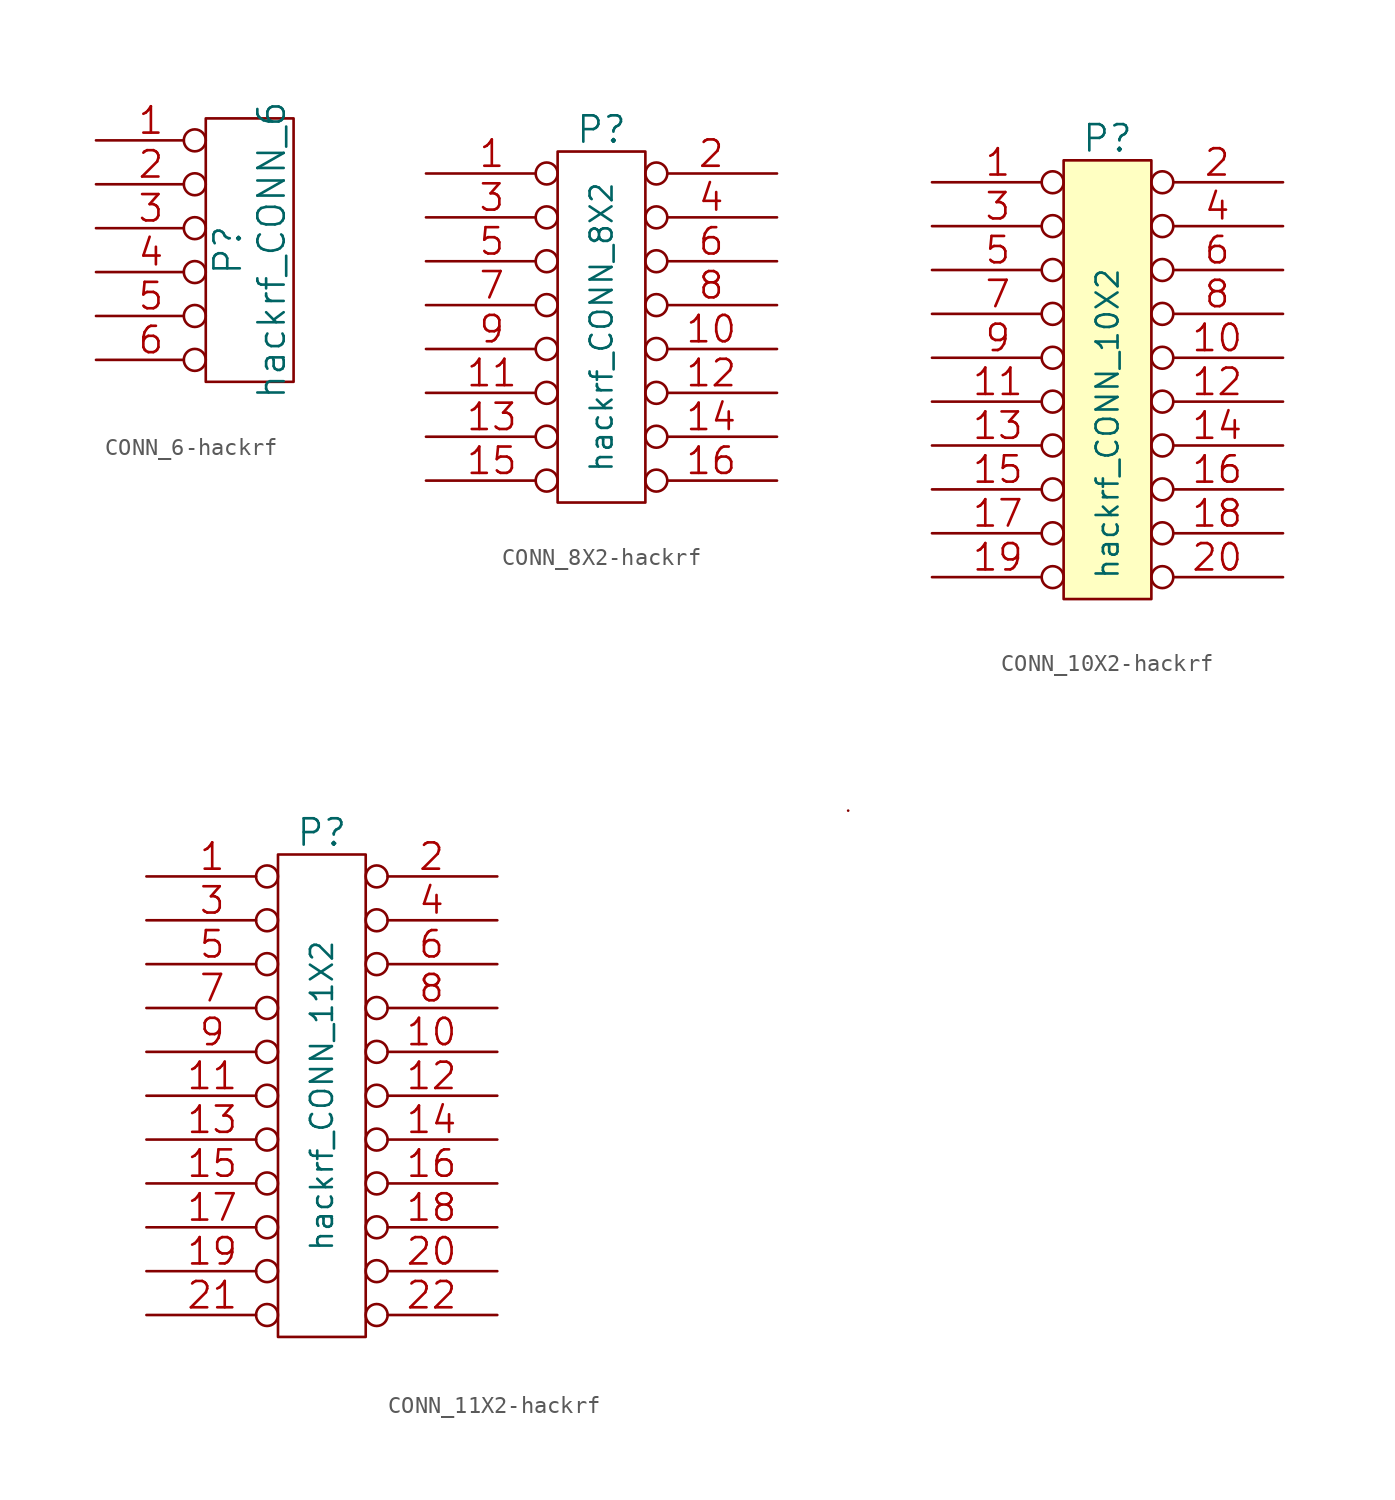
<source format=kicad_sym>
(kicad_symbol_lib
  (version 20231120)
  (generator "kicad_symbol_editor")
  (generator_version "8.0")
  (symbol "CONN_6-hackrf"
    (pin_names
      (offset 0.762) hide)
    (property "Reference" "P"
      (at -1.27 0 90)
      (effects (font (size 1.524 1.524))))
    (property "Value" "hackrf_CONN_6"
      (at 1.27 0 90)
      (effects (font (size 1.524 1.524))))
    (property "Footprint" ""
      (at 0 0 0)
      (effects (font (size 1.524 1.524))))
    (property "Datasheet" ""
      (at 0 0 0)
      (effects (font (size 1.524 1.524))))
    (symbol "CONN_6-hackrf_0_1"
      (rectangle (start -2.54 7.62) (end 2.54 -7.62) (stroke (width 0) (type solid)) (fill (type none))))
    (symbol "CONN_6-hackrf_1_1"
      (pin passive inverted (at -8.89 6.35 0) (length 6.35) (name "1" (effects (font (size 1.524 1.524)))) (number "1" (effects (font (size 1.524 1.524)))))
      (pin passive inverted (at -8.89 3.81 0) (length 6.35) (name "2" (effects (font (size 1.524 1.524)))) (number "2" (effects (font (size 1.524 1.524)))))
      (pin passive inverted (at -8.89 1.27 0) (length 6.35) (name "3" (effects (font (size 1.524 1.524)))) (number "3" (effects (font (size 1.524 1.524)))))
      (pin passive inverted (at -8.89 -1.27 0) (length 6.35) (name "4" (effects (font (size 1.524 1.524)))) (number "4" (effects (font (size 1.524 1.524)))))
      (pin passive inverted (at -8.89 -3.81 0) (length 6.35) (name "5" (effects (font (size 1.524 1.524)))) (number "5" (effects (font (size 1.524 1.524)))))
      (pin passive inverted (at -8.89 -6.35 0) (length 6.35) (name "6" (effects (font (size 1.524 1.524)))) (number "6" (effects (font (size 1.524 1.524)))))))
  (symbol "CONN_8X2-hackrf"
    (pin_names
      (offset 1.016))
    (property "Reference" "P"
      (at 0 11.43 0)
      (effects (font (size 1.524 1.524))))
    (property "Value" "hackrf_CONN_8X2"
      (at 0 0 90)
      (effects (font (size 1.27 1.27))))
    (property "Footprint" ""
      (at 0 0 0)
      (effects (font (size 1.524 1.524))))
    (property "Datasheet" ""
      (at 0 0 0)
      (effects (font (size 1.524 1.524))))
    (symbol "CONN_8X2-hackrf_0_1"
      (rectangle (start -2.54 10.16) (end 2.54 -10.16) (stroke (width 0) (type solid)) (fill (type none))))
    (symbol "CONN_8X2-hackrf_1_1"
      (pin passive inverted (at -10.16 8.89 0) (length 7.62) (name "~" (effects (font (size 1.524 1.524)))) (number "1" (effects (font (size 1.524 1.524)))))
      (pin passive inverted (at 10.16 -1.27 180) (length 7.62) (name "~" (effects (font (size 1.524 1.524)))) (number "10" (effects (font (size 1.524 1.524)))))
      (pin passive inverted (at -10.16 -3.81 0) (length 7.62) (name "~" (effects (font (size 1.524 1.524)))) (number "11" (effects (font (size 1.524 1.524)))))
      (pin passive inverted (at 10.16 -3.81 180) (length 7.62) (name "~" (effects (font (size 1.524 1.524)))) (number "12" (effects (font (size 1.524 1.524)))))
      (pin passive inverted (at -10.16 -6.35 0) (length 7.62) (name "~" (effects (font (size 1.524 1.524)))) (number "13" (effects (font (size 1.524 1.524)))))
      (pin passive inverted (at 10.16 -6.35 180) (length 7.62) (name "~" (effects (font (size 1.524 1.524)))) (number "14" (effects (font (size 1.524 1.524)))))
      (pin passive inverted (at -10.16 -8.89 0) (length 7.62) (name "~" (effects (font (size 1.524 1.524)))) (number "15" (effects (font (size 1.524 1.524)))))
      (pin passive inverted (at 10.16 -8.89 180) (length 7.62) (name "~" (effects (font (size 1.524 1.524)))) (number "16" (effects (font (size 1.524 1.524)))))
      (pin passive inverted (at 10.16 8.89 180) (length 7.62) (name "~" (effects (font (size 1.524 1.524)))) (number "2" (effects (font (size 1.524 1.524)))))
      (pin passive inverted (at -10.16 6.35 0) (length 7.62) (name "~" (effects (font (size 1.524 1.524)))) (number "3" (effects (font (size 1.524 1.524)))))
      (pin passive inverted (at 10.16 6.35 180) (length 7.62) (name "~" (effects (font (size 1.524 1.524)))) (number "4" (effects (font (size 1.524 1.524)))))
      (pin passive inverted (at -10.16 3.81 0) (length 7.62) (name "~" (effects (font (size 1.524 1.524)))) (number "5" (effects (font (size 1.524 1.524)))))
      (pin passive inverted (at 10.16 3.81 180) (length 7.62) (name "~" (effects (font (size 1.524 1.524)))) (number "6" (effects (font (size 1.524 1.524)))))
      (pin passive inverted (at -10.16 1.27 0) (length 7.62) (name "~" (effects (font (size 1.524 1.524)))) (number "7" (effects (font (size 1.524 1.524)))))
      (pin passive inverted (at 10.16 1.27 180) (length 7.62) (name "~" (effects (font (size 1.524 1.524)))) (number "8" (effects (font (size 1.524 1.524)))))
      (pin passive inverted (at -10.16 -1.27 0) (length 7.62) (name "~" (effects (font (size 1.524 1.524)))) (number "9" (effects (font (size 1.524 1.524)))))))
  (symbol "CONN_10X2-hackrf"
    (pin_names
      (offset 0.254) hide)
    (property "Reference" "P"
      (at 0 13.97 0)
      (effects (font (size 1.524 1.524))))
    (property "Value" "hackrf_CONN_10X2"
      (at 0 -2.54 90)
      (effects (font (size 1.27 1.27))))
    (property "Footprint" ""
      (at 0 0 0)
      (effects (font (size 1.524 1.524))))
    (property "Datasheet" ""
      (at 0 0 0)
      (effects (font (size 1.524 1.524))))
    (symbol "CONN_10X2-hackrf_0_1"
      (rectangle (start -2.54 12.7) (end 2.54 -12.7) (stroke (width 0) (type solid)) (fill (type background))))
    (symbol "CONN_10X2-hackrf_1_1"
      (pin passive inverted (at -10.16 11.43 0) (length 7.62) (name "P1" (effects (font (size 0.762 0.762)))) (number "1" (effects (font (size 1.524 1.524)))))
      (pin passive inverted (at 10.16 1.27 180) (length 7.62) (name "P10" (effects (font (size 0.762 0.762)))) (number "10" (effects (font (size 1.524 1.524)))))
      (pin passive inverted (at -10.16 -1.27 0) (length 7.62) (name "P11" (effects (font (size 0.762 0.762)))) (number "11" (effects (font (size 1.524 1.524)))))
      (pin passive inverted (at 10.16 -1.27 180) (length 7.62) (name "P12" (effects (font (size 0.762 0.762)))) (number "12" (effects (font (size 1.524 1.524)))))
      (pin passive inverted (at -10.16 -3.81 0) (length 7.62) (name "P13" (effects (font (size 0.762 0.762)))) (number "13" (effects (font (size 1.524 1.524)))))
      (pin passive inverted (at 10.16 -3.81 180) (length 7.62) (name "P14" (effects (font (size 0.762 0.762)))) (number "14" (effects (font (size 1.524 1.524)))))
      (pin passive inverted (at -10.16 -6.35 0) (length 7.62) (name "P15" (effects (font (size 0.762 0.762)))) (number "15" (effects (font (size 1.524 1.524)))))
      (pin passive inverted (at 10.16 -6.35 180) (length 7.62) (name "P16" (effects (font (size 0.762 0.762)))) (number "16" (effects (font (size 1.524 1.524)))))
      (pin passive inverted (at -10.16 -8.89 0) (length 7.62) (name "P17" (effects (font (size 0.762 0.762)))) (number "17" (effects (font (size 1.524 1.524)))))
      (pin passive inverted (at 10.16 -8.89 180) (length 7.62) (name "P18" (effects (font (size 0.762 0.762)))) (number "18" (effects (font (size 1.524 1.524)))))
      (pin passive inverted (at -10.16 -11.43 0) (length 7.62) (name "P19" (effects (font (size 0.762 0.762)))) (number "19" (effects (font (size 1.524 1.524)))))
      (pin passive inverted (at 10.16 11.43 180) (length 7.62) (name "P2" (effects (font (size 0.762 0.762)))) (number "2" (effects (font (size 1.524 1.524)))))
      (pin passive inverted (at 10.16 -11.43 180) (length 7.62) (name "P20" (effects (font (size 0.762 0.762)))) (number "20" (effects (font (size 1.524 1.524)))))
      (pin passive inverted (at -10.16 8.89 0) (length 7.62) (name "P3" (effects (font (size 0.762 0.762)))) (number "3" (effects (font (size 1.524 1.524)))))
      (pin passive inverted (at 10.16 8.89 180) (length 7.62) (name "P4" (effects (font (size 0.762 0.762)))) (number "4" (effects (font (size 1.524 1.524)))))
      (pin passive inverted (at -10.16 6.35 0) (length 7.62) (name "P5" (effects (font (size 0.762 0.762)))) (number "5" (effects (font (size 1.524 1.524)))))
      (pin passive inverted (at 10.16 6.35 180) (length 7.62) (name "P6" (effects (font (size 0.762 0.762)))) (number "6" (effects (font (size 1.524 1.524)))))
      (pin passive inverted (at -10.16 3.81 0) (length 7.62) (name "P7" (effects (font (size 0.762 0.762)))) (number "7" (effects (font (size 1.524 1.524)))))
      (pin passive inverted (at 10.16 3.81 180) (length 7.62) (name "P8" (effects (font (size 0.762 0.762)))) (number "8" (effects (font (size 1.524 1.524)))))
      (pin passive inverted (at -10.16 1.27 0) (length 7.62) (name "P9" (effects (font (size 0.762 0.762)))) (number "9" (effects (font (size 1.524 1.524)))))))
  (symbol "CONN_11X2-hackrf"
    (pin_names
      (offset 0.254) hide)
    (property "Reference" "P"
      (at 0 15.24 0)
      (effects (font (size 1.524 1.524))))
    (property "Value" "hackrf_CONN_11X2"
      (at 0 0 90)
      (effects (font (size 1.27 1.27))))
    (property "Footprint" ""
      (at 0 -6.35 0)
      (effects (font (size 1.524 1.524))))
    (property "Datasheet" ""
      (at 0 -6.35 0)
      (effects (font (size 1.524 1.524))))
    (symbol "CONN_11X2-hackrf_0_1"
      (rectangle (start -2.54 13.97) (end 2.54 -13.97) (stroke (width 0) (type solid)) (fill (type none)))
      (rectangle (start 30.48 16.51) (end 30.48 16.51) (stroke (width 0) (type solid)) (fill (type none))))
    (symbol "CONN_11X2-hackrf_1_1"
      (pin passive inverted (at -10.16 12.7 0) (length 7.62) (name "P1" (effects (font (size 0.762 0.762)))) (number "1" (effects (font (size 1.524 1.524)))))
      (pin passive inverted (at 10.16 2.54 180) (length 7.62) (name "P10" (effects (font (size 0.762 0.762)))) (number "10" (effects (font (size 1.524 1.524)))))
      (pin passive inverted (at -10.16 0 0) (length 7.62) (name "P11" (effects (font (size 0.762 0.762)))) (number "11" (effects (font (size 1.524 1.524)))))
      (pin passive inverted (at 10.16 0 180) (length 7.62) (name "P12" (effects (font (size 0.762 0.762)))) (number "12" (effects (font (size 1.524 1.524)))))
      (pin passive inverted (at -10.16 -2.54 0) (length 7.62) (name "P13" (effects (font (size 0.762 0.762)))) (number "13" (effects (font (size 1.524 1.524)))))
      (pin passive inverted (at 10.16 -2.54 180) (length 7.62) (name "P14" (effects (font (size 0.762 0.762)))) (number "14" (effects (font (size 1.524 1.524)))))
      (pin passive inverted (at -10.16 -5.08 0) (length 7.62) (name "P15" (effects (font (size 0.762 0.762)))) (number "15" (effects (font (size 1.524 1.524)))))
      (pin passive inverted (at 10.16 -5.08 180) (length 7.62) (name "P16" (effects (font (size 0.762 0.762)))) (number "16" (effects (font (size 1.524 1.524)))))
      (pin passive inverted (at -10.16 -7.62 0) (length 7.62) (name "P17" (effects (font (size 0.762 0.762)))) (number "17" (effects (font (size 1.524 1.524)))))
      (pin passive inverted (at 10.16 -7.62 180) (length 7.62) (name "P18" (effects (font (size 0.762 0.762)))) (number "18" (effects (font (size 1.524 1.524)))))
      (pin passive inverted (at -10.16 -10.16 0) (length 7.62) (name "P19" (effects (font (size 0.762 0.762)))) (number "19" (effects (font (size 1.524 1.524)))))
      (pin passive inverted (at 10.16 12.7 180) (length 7.62) (name "P2" (effects (font (size 0.762 0.762)))) (number "2" (effects (font (size 1.524 1.524)))))
      (pin passive inverted (at 10.16 -10.16 180) (length 7.62) (name "P20" (effects (font (size 0.762 0.762)))) (number "20" (effects (font (size 1.524 1.524)))))
      (pin passive inverted (at -10.16 -12.7 0) (length 7.62) (name "P21" (effects (font (size 0.762 0.762)))) (number "21" (effects (font (size 1.524 1.524)))))
      (pin passive inverted (at 10.16 -12.7 180) (length 7.62) (name "P22" (effects (font (size 0.762 0.762)))) (number "22" (effects (font (size 1.524 1.524)))))
      (pin passive inverted (at -10.16 10.16 0) (length 7.62) (name "P3" (effects (font (size 0.762 0.762)))) (number "3" (effects (font (size 1.524 1.524)))))
      (pin passive inverted (at 10.16 10.16 180) (length 7.62) (name "P4" (effects (font (size 0.762 0.762)))) (number "4" (effects (font (size 1.524 1.524)))))
      (pin passive inverted (at -10.16 7.62 0) (length 7.62) (name "P5" (effects (font (size 0.762 0.762)))) (number "5" (effects (font (size 1.524 1.524)))))
      (pin passive inverted (at 10.16 7.62 180) (length 7.62) (name "P6" (effects (font (size 0.762 0.762)))) (number "6" (effects (font (size 1.524 1.524)))))
      (pin passive inverted (at -10.16 5.08 0) (length 7.62) (name "P7" (effects (font (size 0.762 0.762)))) (number "7" (effects (font (size 1.524 1.524)))))
      (pin passive inverted (at 10.16 5.08 180) (length 7.62) (name "P8" (effects (font (size 0.762 0.762)))) (number "8" (effects (font (size 1.524 1.524)))))
      (pin passive inverted (at -10.16 2.54 0) (length 7.62) (name "P9" (effects (font (size 0.762 0.762)))) (number "9" (effects (font (size 1.524 1.524))))))))
</source>
